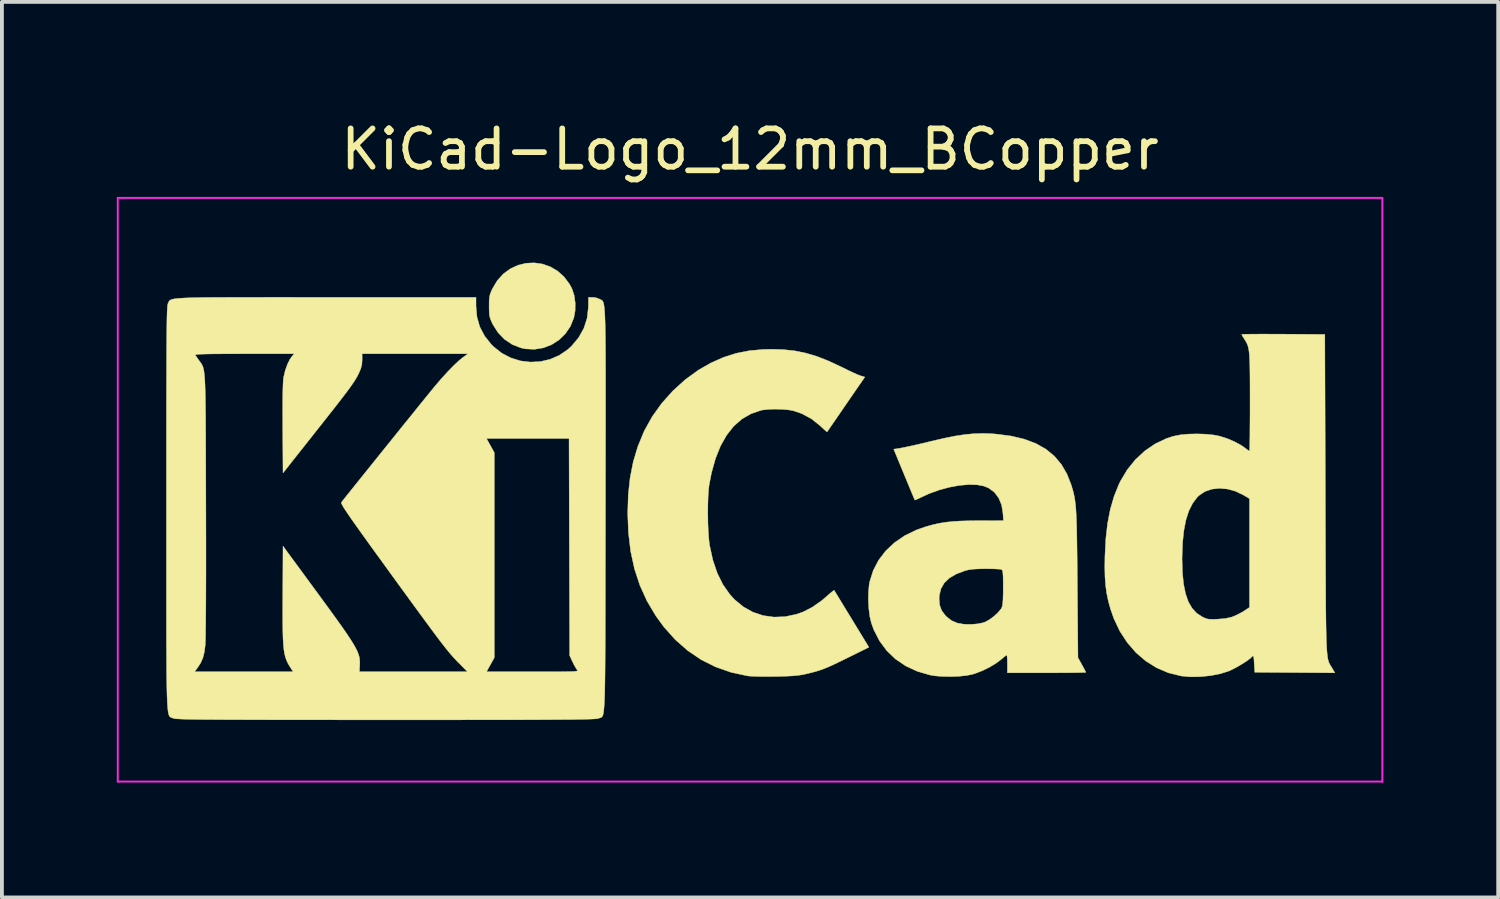
<source format=kicad_pcb>
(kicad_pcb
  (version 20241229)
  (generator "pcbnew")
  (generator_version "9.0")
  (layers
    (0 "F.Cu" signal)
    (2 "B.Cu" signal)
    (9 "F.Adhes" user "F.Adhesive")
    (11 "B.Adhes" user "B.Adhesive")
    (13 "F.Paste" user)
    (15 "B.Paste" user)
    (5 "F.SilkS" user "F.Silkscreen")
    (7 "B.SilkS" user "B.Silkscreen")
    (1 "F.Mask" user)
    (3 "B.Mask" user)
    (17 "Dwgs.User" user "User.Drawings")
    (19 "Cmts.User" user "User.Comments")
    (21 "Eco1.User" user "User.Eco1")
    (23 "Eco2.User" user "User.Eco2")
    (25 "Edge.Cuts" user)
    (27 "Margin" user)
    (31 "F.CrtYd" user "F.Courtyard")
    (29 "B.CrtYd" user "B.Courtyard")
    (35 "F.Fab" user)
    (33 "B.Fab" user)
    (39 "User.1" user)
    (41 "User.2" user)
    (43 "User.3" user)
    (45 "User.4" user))
  (footprint "KiCad-Logo_12mm_BCopper"
    (layer "F.Cu")
    (at 16.535 9.738)
    (property "Reference" "KiCad-Logo_12mm_BCopper" (at 0 -8.89 0) (layer "F.SilkS") (effects (font (size 1 1) (thickness 0.15))))
    (attr exclude_from_pos_files exclude_from_bom)
    (fp_poly (pts (xy -5.423 -5.895) (xy -5.218 -5.824) (xy -5.027 -5.712) (xy -4.856 -5.559) (xy -4.712 -5.366) (xy -4.648 -5.244) (xy -4.592 -5.073) (xy -4.565 -4.876) (xy -4.568 -4.674) (xy -4.601 -4.49) (xy -4.692 -4.266) (xy -4.824 -4.072) (xy -4.991 -3.911) (xy -5.185 -3.787) (xy -5.399 -3.705) (xy -5.628 -3.667) (xy -5.865 -3.679) (xy -5.981 -3.704) (xy -6.208 -3.792) (xy -6.41 -3.927) (xy -6.582 -4.104) (xy -6.718 -4.319) (xy -6.729 -4.343) (xy -6.769 -4.431) (xy -6.794 -4.505) (xy -6.808 -4.583) (xy -6.813 -4.684) (xy -6.814 -4.793) (xy -6.813 -4.925) (xy -6.806 -5.019) (xy -6.79 -5.096) (xy -6.762 -5.173) (xy -6.728 -5.249) (xy -6.599 -5.464) (xy -6.441 -5.638) (xy -6.259 -5.771) (xy -6.06 -5.863) (xy -5.85 -5.915) (xy -5.636 -5.925) (xy -5.423 -5.895)) (stroke (width 0.01) (type solid)) (fill yes) (layer "F.SilkS"))
    (fp_poly (pts (xy 0.875 -3.659) (xy 1.17 -3.627) (xy 1.455 -3.569) (xy 1.743 -3.483) (xy 2.045 -3.365) (xy 2.372 -3.213) (xy 2.431 -3.184) (xy 2.566 -3.117) (xy 2.694 -3.057) (xy 2.801 -3.009) (xy 2.876 -2.98) (xy 2.887 -2.976) (xy 2.997 -2.943) (xy 2.506 -2.23) (xy 2.386 -2.055) (xy 2.277 -1.896) (xy 2.181 -1.757) (xy 2.103 -1.644) (xy 2.047 -1.562) (xy 2.015 -1.517) (xy 2.01 -1.51) (xy 1.99 -1.525) (xy 1.939 -1.57) (xy 1.867 -1.636) (xy 1.827 -1.674) (xy 1.603 -1.852) (xy 1.351 -1.988) (xy 1.133 -2.062) (xy 1.003 -2.086) (xy 0.84 -2.1) (xy 0.663 -2.105) (xy 0.491 -2.1) (xy 0.345 -2.085) (xy 0.286 -2.074) (xy 0.022 -1.983) (xy -0.216 -1.845) (xy -0.427 -1.659) (xy -0.612 -1.425) (xy -0.771 -1.144) (xy -0.902 -0.817) (xy -1.007 -0.443) (xy -1.069 -0.123) (xy -1.085 0.018) (xy -1.096 0.201) (xy -1.102 0.412) (xy -1.103 0.637) (xy -1.1 0.865) (xy -1.091 1.081) (xy -1.078 1.273) (xy -1.06 1.428) (xy -1.056 1.452) (xy -0.972 1.836) (xy -0.857 2.176) (xy -0.71 2.473) (xy -0.531 2.729) (xy -0.404 2.868) (xy -0.176 3.056) (xy 0.073 3.195) (xy 0.341 3.285) (xy 0.623 3.325) (xy 0.913 3.314) (xy 1.209 3.251) (xy 1.384 3.19) (xy 1.626 3.066) (xy 1.876 2.89) (xy 2.016 2.77) (xy 2.094 2.701) (xy 2.156 2.651) (xy 2.191 2.626) (xy 2.195 2.625) (xy 2.211 2.65) (xy 2.252 2.716) (xy 2.314 2.818) (xy 2.394 2.949) (xy 2.488 3.104) (xy 2.594 3.277) (xy 2.653 3.374) (xy 3.103 4.112) (xy 2.541 4.39) (xy 2.338 4.489) (xy 2.174 4.568) (xy 2.038 4.629) (xy 1.921 4.677) (xy 1.812 4.716) (xy 1.701 4.749) (xy 1.579 4.781) (xy 1.461 4.809) (xy 1.357 4.831) (xy 1.248 4.847) (xy 1.123 4.859) (xy 0.972 4.867) (xy 0.783 4.873) (xy 0.655 4.876) (xy 0.474 4.877) (xy 0.3 4.877) (xy 0.144 4.873) (xy 0.02 4.868) (xy -0.063 4.861) (xy -0.068 4.86) (xy -0.497 4.767) (xy -0.9 4.626) (xy -1.276 4.438) (xy -1.626 4.201) (xy -1.95 3.917) (xy -2.247 3.586) (xy -2.462 3.291) (xy -2.691 2.905) (xy -2.876 2.498) (xy -3.018 2.066) (xy -3.118 1.605) (xy -3.176 1.113) (xy -3.195 0.614) (xy -3.18 0.131) (xy -3.132 -0.315) (xy -3.05 -0.731) (xy -2.932 -1.125) (xy -2.777 -1.503) (xy -2.759 -1.543) (xy -2.555 -1.91) (xy -2.305 -2.259) (xy -2.015 -2.583) (xy -1.693 -2.875) (xy -1.346 -3.127) (xy -1.022 -3.312) (xy -0.695 -3.457) (xy -0.368 -3.562) (xy -0.027 -3.63) (xy 0.34 -3.664) (xy 0.56 -3.669) (xy 0.875 -3.659)) (stroke (width 0.01) (type solid)) (fill yes) (layer "F.SilkS"))
    (fp_poly (pts (xy 13.611 -4.064) (xy 13.843 -4.063) (xy 13.922 -4.063) (xy 15.008 -4.056) (xy 15.022 0.109) (xy 15.023 0.674) (xy 15.025 1.187) (xy 15.026 1.65) (xy 15.028 2.067) (xy 15.03 2.44) (xy 15.031 2.772) (xy 15.033 3.064) (xy 15.036 3.321) (xy 15.039 3.544) (xy 15.043 3.737) (xy 15.047 3.901) (xy 15.052 4.04) (xy 15.058 4.157) (xy 15.066 4.253) (xy 15.074 4.331) (xy 15.083 4.395) (xy 15.094 4.447) (xy 15.107 4.489) (xy 15.12 4.524) (xy 15.136 4.555) (xy 15.153 4.585) (xy 15.172 4.615) (xy 15.193 4.649) (xy 15.198 4.657) (xy 15.27 4.78) (xy 14.224 4.773) (xy 13.178 4.766) (xy 13.164 4.536) (xy 13.157 4.426) (xy 13.149 4.362) (xy 13.139 4.337) (xy 13.123 4.342) (xy 13.11 4.356) (xy 13.052 4.41) (xy 12.959 4.478) (xy 12.842 4.553) (xy 12.715 4.627) (xy 12.592 4.692) (xy 12.498 4.735) (xy 12.276 4.805) (xy 12.022 4.854) (xy 11.754 4.881) (xy 11.491 4.885) (xy 11.252 4.862) (xy 11.248 4.861) (xy 10.92 4.779) (xy 10.614 4.648) (xy 10.331 4.471) (xy 10.075 4.251) (xy 9.849 3.99) (xy 9.655 3.692) (xy 9.498 3.36) (xy 9.412 3.114) (xy 9.355 2.907) (xy 9.313 2.708) (xy 9.285 2.503) (xy 9.268 2.28) (xy 9.262 2.027) (xy 9.265 1.821) (xy 11.28 1.821) (xy 11.29 2.167) (xy 11.32 2.464) (xy 11.372 2.717) (xy 11.445 2.926) (xy 11.543 3.094) (xy 11.664 3.225) (xy 11.805 3.317) (xy 11.878 3.352) (xy 11.941 3.373) (xy 12.011 3.382) (xy 12.106 3.383) (xy 12.208 3.379) (xy 12.409 3.362) (xy 12.568 3.327) (xy 12.618 3.309) (xy 12.732 3.258) (xy 12.852 3.194) (xy 12.905 3.161) (xy 13.041 3.072) (xy 13.041 0.233) (xy 12.891 0.143) (xy 12.682 0.041) (xy 12.468 -0.019) (xy 12.257 -0.038) (xy 12.057 -0.016) (xy 11.877 0.046) (xy 11.723 0.149) (xy 11.673 0.198) (xy 11.553 0.359) (xy 11.456 0.554) (xy 11.381 0.787) (xy 11.328 1.06) (xy 11.294 1.377) (xy 11.281 1.742) (xy 11.28 1.821) (xy 9.265 1.821) (xy 9.266 1.735) (xy 9.289 1.285) (xy 9.335 0.88) (xy 9.406 0.512) (xy 9.503 0.177) (xy 9.626 -0.132) (xy 9.67 -0.223) (xy 9.848 -0.522) (xy 10.062 -0.787) (xy 10.308 -1.015) (xy 10.581 -1.201) (xy 10.877 -1.341) (xy 11.053 -1.398) (xy 11.227 -1.433) (xy 11.436 -1.453) (xy 11.663 -1.459) (xy 11.89 -1.452) (xy 12.1 -1.431) (xy 12.268 -1.398) (xy 12.469 -1.333) (xy 12.663 -1.249) (xy 12.833 -1.155) (xy 12.924 -1.091) (xy 12.986 -1.044) (xy 13.03 -1.015) (xy 13.04 -1.011) (xy 13.043 -1.037) (xy 13.046 -1.113) (xy 13.048 -1.232) (xy 13.051 -1.391) (xy 13.052 -1.582) (xy 13.054 -1.801) (xy 13.055 -2.043) (xy 13.055 -2.29) (xy 13.055 -2.606) (xy 13.054 -2.872) (xy 13.052 -3.093) (xy 13.049 -3.276) (xy 13.043 -3.424) (xy 13.036 -3.543) (xy 13.025 -3.638) (xy 13.011 -3.713) (xy 12.993 -3.775) (xy 12.97 -3.828) (xy 12.943 -3.878) (xy 12.911 -3.929) (xy 12.907 -3.935) (xy 12.865 -4.001) (xy 12.84 -4.046) (xy 12.837 -4.056) (xy 12.863 -4.059) (xy 12.938 -4.061) (xy 13.056 -4.063) (xy 13.212 -4.064) (xy 13.399 -4.065) (xy 13.611 -4.064)) (stroke (width 0.01) (type solid)) (fill yes) (layer "F.SilkS"))
    (fp_poly (pts (xy 6.301 -1.464) (xy 6.436 -1.453) (xy 6.823 -1.402) (xy 7.166 -1.32) (xy 7.467 -1.206) (xy 7.726 -1.059) (xy 7.946 -0.878) (xy 8.128 -0.662) (xy 8.275 -0.41) (xy 8.382 -0.137) (xy 8.409 -0.049) (xy 8.433 0.032) (xy 8.453 0.113) (xy 8.47 0.196) (xy 8.485 0.288) (xy 8.498 0.391) (xy 8.508 0.511) (xy 8.516 0.651) (xy 8.523 0.817) (xy 8.529 1.012) (xy 8.533 1.242) (xy 8.537 1.509) (xy 8.541 1.82) (xy 8.544 2.178) (xy 8.546 2.458) (xy 8.562 4.384) (xy 8.665 4.569) (xy 8.713 4.658) (xy 8.749 4.727) (xy 8.766 4.764) (xy 8.767 4.767) (xy 8.741 4.77) (xy 8.666 4.772) (xy 8.548 4.775) (xy 8.394 4.777) (xy 8.209 4.778) (xy 7.999 4.779) (xy 7.77 4.78) (xy 7.743 4.78) (xy 6.719 4.78) (xy 6.719 4.547) (xy 6.717 4.443) (xy 6.712 4.362) (xy 6.706 4.319) (xy 6.703 4.315) (xy 6.676 4.332) (xy 6.62 4.376) (xy 6.547 4.437) (xy 6.546 4.439) (xy 6.413 4.537) (xy 6.246 4.636) (xy 6.063 4.726) (xy 5.883 4.796) (xy 5.804 4.82) (xy 5.646 4.851) (xy 5.452 4.871) (xy 5.241 4.879) (xy 5.029 4.875) (xy 4.834 4.86) (xy 4.698 4.838) (xy 4.363 4.74) (xy 4.063 4.6) (xy 3.797 4.42) (xy 3.569 4.202) (xy 3.38 3.947) (xy 3.232 3.658) (xy 3.168 3.482) (xy 3.128 3.312) (xy 3.101 3.107) (xy 3.089 2.886) (xy 3.089 2.854) (xy 4.937 2.854) (xy 4.952 3.018) (xy 5.003 3.154) (xy 5.097 3.28) (xy 5.133 3.317) (xy 5.262 3.417) (xy 5.411 3.481) (xy 5.589 3.512) (xy 5.777 3.515) (xy 5.955 3.5) (xy 6.091 3.47) (xy 6.15 3.448) (xy 6.257 3.387) (xy 6.37 3.303) (xy 6.473 3.207) (xy 6.55 3.116) (xy 6.571 3.082) (xy 6.586 3.035) (xy 6.598 2.96) (xy 6.605 2.851) (xy 6.609 2.699) (xy 6.609 2.554) (xy 6.609 2.386) (xy 6.607 2.264) (xy 6.602 2.181) (xy 6.595 2.128) (xy 6.583 2.099) (xy 6.567 2.084) (xy 6.562 2.082) (xy 6.518 2.074) (xy 6.431 2.069) (xy 6.312 2.064) (xy 6.175 2.063) (xy 6.145 2.063) (xy 5.961 2.066) (xy 5.819 2.074) (xy 5.707 2.09) (xy 5.613 2.113) (xy 5.382 2.201) (xy 5.201 2.308) (xy 5.068 2.437) (xy 4.982 2.59) (xy 4.941 2.768) (xy 4.937 2.854) (xy 3.089 2.854) (xy 3.092 2.67) (xy 3.11 2.476) (xy 3.125 2.397) (xy 3.217 2.106) (xy 3.357 1.838) (xy 3.542 1.596) (xy 3.77 1.382) (xy 4.037 1.199) (xy 4.343 1.05) (xy 4.602 0.96) (xy 4.775 0.912) (xy 4.941 0.875) (xy 5.11 0.848) (xy 5.293 0.828) (xy 5.501 0.816) (xy 5.744 0.809) (xy 5.964 0.807) (xy 6.616 0.806) (xy 6.603 0.61) (xy 6.568 0.397) (xy 6.492 0.215) (xy 6.38 0.066) (xy 6.234 -0.043) (xy 6.106 -0.096) (xy 5.922 -0.13) (xy 5.703 -0.135) (xy 5.46 -0.113) (xy 5.202 -0.065) (xy 4.939 0.006) (xy 4.683 0.098) (xy 4.497 0.183) (xy 4.407 0.226) (xy 4.339 0.257) (xy 4.304 0.268) (xy 4.302 0.268) (xy 4.29 0.242) (xy 4.26 0.171) (xy 4.215 0.064) (xy 4.158 -0.074) (xy 4.091 -0.235) (xy 4.023 -0.4) (xy 3.751 -1.059) (xy 3.944 -1.09) (xy 4.028 -1.106) (xy 4.154 -1.133) (xy 4.312 -1.168) (xy 4.49 -1.209) (xy 4.677 -1.254) (xy 4.752 -1.272) (xy 5.076 -1.347) (xy 5.359 -1.404) (xy 5.613 -1.442) (xy 5.847 -1.464) (xy 6.073 -1.471) (xy 6.301 -1.464)) (stroke (width 0.01) (type solid)) (fill yes) (layer "F.SilkS"))
    (fp_poly (pts (xy -11.847 -5.025) (xy -11.321 -5.025) (xy -11.076 -5.025) (xy -7.156 -5.025) (xy -7.156 -4.794) (xy -7.131 -4.513) (xy -7.057 -4.254) (xy -6.932 -4.015) (xy -6.756 -3.794) (xy -6.696 -3.735) (xy -6.482 -3.566) (xy -6.246 -3.443) (xy -5.995 -3.365) (xy -5.735 -3.334) (xy -5.475 -3.347) (xy -5.221 -3.406) (xy -4.98 -3.511) (xy -4.76 -3.661) (xy -4.661 -3.751) (xy -4.476 -3.973) (xy -4.34 -4.216) (xy -4.255 -4.479) (xy -4.222 -4.759) (xy -4.221 -4.786) (xy -4.22 -5.025) (xy -4.115 -5.025) (xy -4.021 -5.013) (xy -3.936 -4.982) (xy -3.931 -4.979) (xy -3.912 -4.969) (xy -3.894 -4.961) (xy -3.878 -4.953) (xy -3.863 -4.943) (xy -3.85 -4.928) (xy -3.838 -4.907) (xy -3.827 -4.876) (xy -3.817 -4.834) (xy -3.809 -4.778) (xy -3.802 -4.707) (xy -3.795 -4.617) (xy -3.79 -4.507) (xy -3.785 -4.374) (xy -3.781 -4.216) (xy -3.778 -4.031) (xy -3.776 -3.817) (xy -3.774 -3.571) (xy -3.773 -3.29) (xy -3.772 -2.974) (xy -3.772 -2.619) (xy -3.772 -2.223) (xy -3.772 -1.784) (xy -3.773 -1.3) (xy -3.774 -0.769) (xy -3.775 -0.187) (xy -3.775 0.446) (xy -3.776 0.524) (xy -3.776 1.161) (xy -3.777 1.747) (xy -3.778 2.282) (xy -3.778 2.769) (xy -3.779 3.211) (xy -3.78 3.609) (xy -3.781 3.967) (xy -3.783 4.285) (xy -3.785 4.568) (xy -3.787 4.815) (xy -3.79 5.031) (xy -3.793 5.217) (xy -3.797 5.376) (xy -3.802 5.509) (xy -3.808 5.62) (xy -3.815 5.709) (xy -3.822 5.781) (xy -3.831 5.836) (xy -3.84 5.877) (xy -3.851 5.906) (xy -3.863 5.926) (xy -3.877 5.939) (xy -3.892 5.948) (xy -3.908 5.953) (xy -3.926 5.958) (xy -3.946 5.965) (xy -3.95 5.968) (xy -3.965 5.973) (xy -3.991 5.977) (xy -4.028 5.981) (xy -4.08 5.985) (xy -4.148 5.988) (xy -4.236 5.991) (xy -4.344 5.994) (xy -4.476 5.996) (xy -4.633 5.999) (xy -4.818 6) (xy -5.033 6.002) (xy -5.28 6.003) (xy -5.561 6.005) (xy -5.878 6.006) (xy -6.234 6.006) (xy -6.631 6.007) (xy -7.071 6.007) (xy -7.556 6.008) (xy -8.088 6.008) (xy -8.67 6.008) (xy -9.303 6.008) (xy -9.509 6.008) (xy -10.156 6.008) (xy -10.752 6.008) (xy -11.297 6.007) (xy -11.794 6.007) (xy -12.245 6.007) (xy -12.653 6.006) (xy -13.02 6.005) (xy -13.347 6.004) (xy -13.638 6.003) (xy -13.894 6.002) (xy -14.117 6) (xy -14.31 5.999) (xy -14.476 5.997) (xy -14.615 5.994) (xy -14.731 5.992) (xy -14.826 5.989) (xy -14.901 5.985) (xy -14.96 5.982) (xy -15.003 5.978) (xy -15.035 5.974) (xy -15.056 5.969) (xy -15.067 5.965) (xy -15.088 5.956) (xy -15.107 5.95) (xy -15.124 5.943) (xy -15.139 5.935) (xy -15.154 5.921) (xy -15.166 5.902) (xy -15.178 5.873) (xy -15.188 5.832) (xy -15.197 5.779) (xy -15.205 5.709) (xy -15.212 5.622) (xy -15.218 5.514) (xy -15.223 5.383) (xy -15.227 5.228) (xy -15.231 5.045) (xy -15.234 4.834) (xy -15.234 4.752) (xy -14.505 4.752) (xy -11.929 4.752) (xy -11.979 4.677) (xy -12.028 4.6) (xy -12.07 4.526) (xy -12.104 4.452) (xy -12.133 4.37) (xy -12.156 4.277) (xy -12.173 4.166) (xy -12.186 4.034) (xy -12.195 3.875) (xy -12.2 3.683) (xy -12.203 3.454) (xy -12.204 3.182) (xy -12.202 2.863) (xy -12.202 2.744) (xy -12.195 1.472) (xy -11.389 2.569) (xy -11.161 2.88) (xy -10.963 3.151) (xy -10.794 3.385) (xy -10.65 3.587) (xy -10.531 3.759) (xy -10.434 3.905) (xy -10.357 4.028) (xy -10.297 4.133) (xy -10.253 4.223) (xy -10.223 4.302) (xy -10.203 4.372) (xy -10.193 4.439) (xy -10.19 4.504) (xy -10.192 4.573) (xy -10.192 4.581) (xy -10.201 4.752) (xy -8.789 4.752) (xy -7.378 4.752) (xy -7.588 4.54) (xy -7.645 4.483) (xy -7.699 4.426) (xy -7.752 4.368) (xy -7.807 4.306) (xy -7.867 4.235) (xy -7.933 4.154) (xy -8.008 4.059) (xy -8.094 3.947) (xy -8.194 3.814) (xy -8.31 3.659) (xy -8.445 3.476) (xy -8.6 3.265) (xy -8.779 3.02) (xy -8.983 2.74) (xy -9.215 2.422) (xy -9.405 2.16) (xy -9.643 1.831) (xy -9.852 1.544) (xy -10.031 1.295) (xy -10.184 1.082) (xy -10.312 0.902) (xy -10.417 0.753) (xy -10.501 0.631) (xy -10.566 0.534) (xy -10.614 0.46) (xy -10.646 0.404) (xy -10.665 0.366) (xy -10.673 0.342) (xy -10.67 0.329) (xy -10.644 0.295) (xy -10.587 0.222) (xy -10.502 0.116) (xy -10.393 -0.02) (xy -10.264 -0.181) (xy -10.118 -0.363) (xy -9.958 -0.562) (xy -9.788 -0.773) (xy -9.612 -0.993) (xy -9.432 -1.216) (xy -9.333 -1.338) (xy -6.882 -1.338) (xy -6.678 -0.97) (xy -6.678 4.384) (xy -6.882 4.752) (xy -5.676 4.752) (xy -5.388 4.752) (xy -5.151 4.752) (xy -4.958 4.751) (xy -4.807 4.749) (xy -4.693 4.747) (xy -4.61 4.744) (xy -4.554 4.739) (xy -4.521 4.733) (xy -4.507 4.725) (xy -4.506 4.715) (xy -4.515 4.704) (xy -4.515 4.704) (xy -4.549 4.654) (xy -4.595 4.573) (xy -4.635 4.492) (xy -4.711 4.329) (xy -4.719 1.495) (xy -4.727 -1.338) (xy -6.882 -1.338) (xy -9.333 -1.338) (xy -9.253 -1.438) (xy -9.078 -1.656) (xy -8.909 -1.864) (xy -8.752 -2.059) (xy -8.609 -2.237) (xy -8.483 -2.392) (xy -8.378 -2.521) (xy -8.298 -2.619) (xy -8.251 -2.677) (xy -8.069 -2.891) (xy -7.893 -3.084) (xy -7.731 -3.25) (xy -7.588 -3.383) (xy -7.486 -3.464) (xy -7.366 -3.551) (xy -10.13 -3.551) (xy -10.129 -3.388) (xy -10.137 -3.269) (xy -10.166 -3.159) (xy -10.211 -3.054) (xy -10.24 -2.995) (xy -10.271 -2.936) (xy -10.308 -2.874) (xy -10.352 -2.805) (xy -10.408 -2.724) (xy -10.476 -2.629) (xy -10.562 -2.514) (xy -10.667 -2.377) (xy -10.794 -2.213) (xy -10.946 -2.019) (xy -11.127 -1.79) (xy -11.338 -1.522) (xy -11.362 -1.492) (xy -12.195 -0.439) (xy -12.203 -1.605) (xy -12.204 -1.955) (xy -12.204 -2.251) (xy -12.202 -2.494) (xy -12.197 -2.686) (xy -12.191 -2.826) (xy -12.183 -2.917) (xy -12.18 -2.935) (xy -12.136 -3.117) (xy -12.078 -3.281) (xy -12.011 -3.413) (xy -11.972 -3.469) (xy -11.903 -3.551) (xy -13.204 -3.551) (xy -13.515 -3.55) (xy -13.774 -3.549) (xy -13.987 -3.548) (xy -14.156 -3.545) (xy -14.286 -3.542) (xy -14.38 -3.538) (xy -14.442 -3.533) (xy -14.476 -3.526) (xy -14.486 -3.518) (xy -14.485 -3.516) (xy -14.458 -3.475) (xy -14.412 -3.409) (xy -14.388 -3.375) (xy -14.363 -3.342) (xy -14.341 -3.312) (xy -14.321 -3.283) (xy -14.304 -3.252) (xy -14.288 -3.215) (xy -14.275 -3.17) (xy -14.263 -3.114) (xy -14.253 -3.043) (xy -14.244 -2.956) (xy -14.237 -2.849) (xy -14.231 -2.719) (xy -14.226 -2.563) (xy -14.222 -2.379) (xy -14.219 -2.162) (xy -14.216 -1.912) (xy -14.215 -1.623) (xy -14.213 -1.295) (xy -14.212 -0.922) (xy -14.211 -0.504) (xy -14.21 -0.036) (xy -14.209 0.393) (xy -14.208 0.872) (xy -14.207 1.329) (xy -14.207 1.761) (xy -14.207 2.166) (xy -14.208 2.539) (xy -14.209 2.879) (xy -14.211 3.182) (xy -14.213 3.446) (xy -14.216 3.668) (xy -14.218 3.844) (xy -14.222 3.971) (xy -14.225 4.048) (xy -14.226 4.056) (xy -14.25 4.242) (xy -14.288 4.391) (xy -14.345 4.521) (xy -14.428 4.649) (xy -14.439 4.663) (xy -14.505 4.752) (xy -15.234 4.752) (xy -15.236 4.59) (xy -15.237 4.313) (xy -15.239 3.999) (xy -15.239 3.648) (xy -15.24 3.255) (xy -15.24 2.82) (xy -15.24 2.339) (xy -15.24 1.811) (xy -15.24 1.234) (xy -15.24 0.604) (xy -15.24 0.479) (xy -15.24 -0.157) (xy -15.24 -0.741) (xy -15.24 -1.274) (xy -15.239 -1.76) (xy -15.239 -2.2) (xy -15.238 -2.597) (xy -15.237 -2.952) (xy -15.236 -3.269) (xy -15.235 -3.549) (xy -15.234 -3.794) (xy -15.232 -4.008) (xy -15.23 -4.191) (xy -15.228 -4.346) (xy -15.226 -4.477) (xy -15.223 -4.583) (xy -15.22 -4.669) (xy -15.216 -4.736) (xy -15.213 -4.787) (xy -15.208 -4.823) (xy -15.204 -4.848) (xy -15.199 -4.862) (xy -15.199 -4.862) (xy -15.188 -4.885) (xy -15.18 -4.905) (xy -15.17 -4.923) (xy -15.157 -4.939) (xy -15.138 -4.953) (xy -15.11 -4.966) (xy -15.071 -4.977) (xy -15.017 -4.987) (xy -14.947 -4.995) (xy -14.858 -5.002) (xy -14.746 -5.008) (xy -14.61 -5.013) (xy -14.447 -5.017) (xy -14.254 -5.02) (xy -14.029 -5.022) (xy -13.768 -5.023) (xy -13.47 -5.025) (xy -13.131 -5.025) (xy -12.75 -5.025) (xy -12.323 -5.026) (xy -11.847 -5.025)) (stroke (width 0.01) (type solid)) (fill yes) (layer "F.SilkS"))
    (fp_line (start -16.51 -7.62) (end 16.51 -7.62) (stroke (width 0.05) (type solid)) (layer "F.CrtYd"))
    (fp_line (start -16.51 7.62) (end -16.51 -7.62) (stroke (width 0.05) (type solid)) (layer "F.CrtYd"))
    (fp_line (start 16.51 -7.62) (end 16.51 7.62) (stroke (width 0.05) (type solid)) (layer "F.CrtYd"))
    (fp_line (start 16.51 7.62) (end -16.51 7.62) (stroke (width 0.05) (type solid)) (layer "F.CrtYd")))
  (gr_rect
    (start -3 -3)
    (end 36.07 20.383)
    (stroke (width 0.1) (type default))
    (fill no)
    (layer "Edge.Cuts")))
</source>
